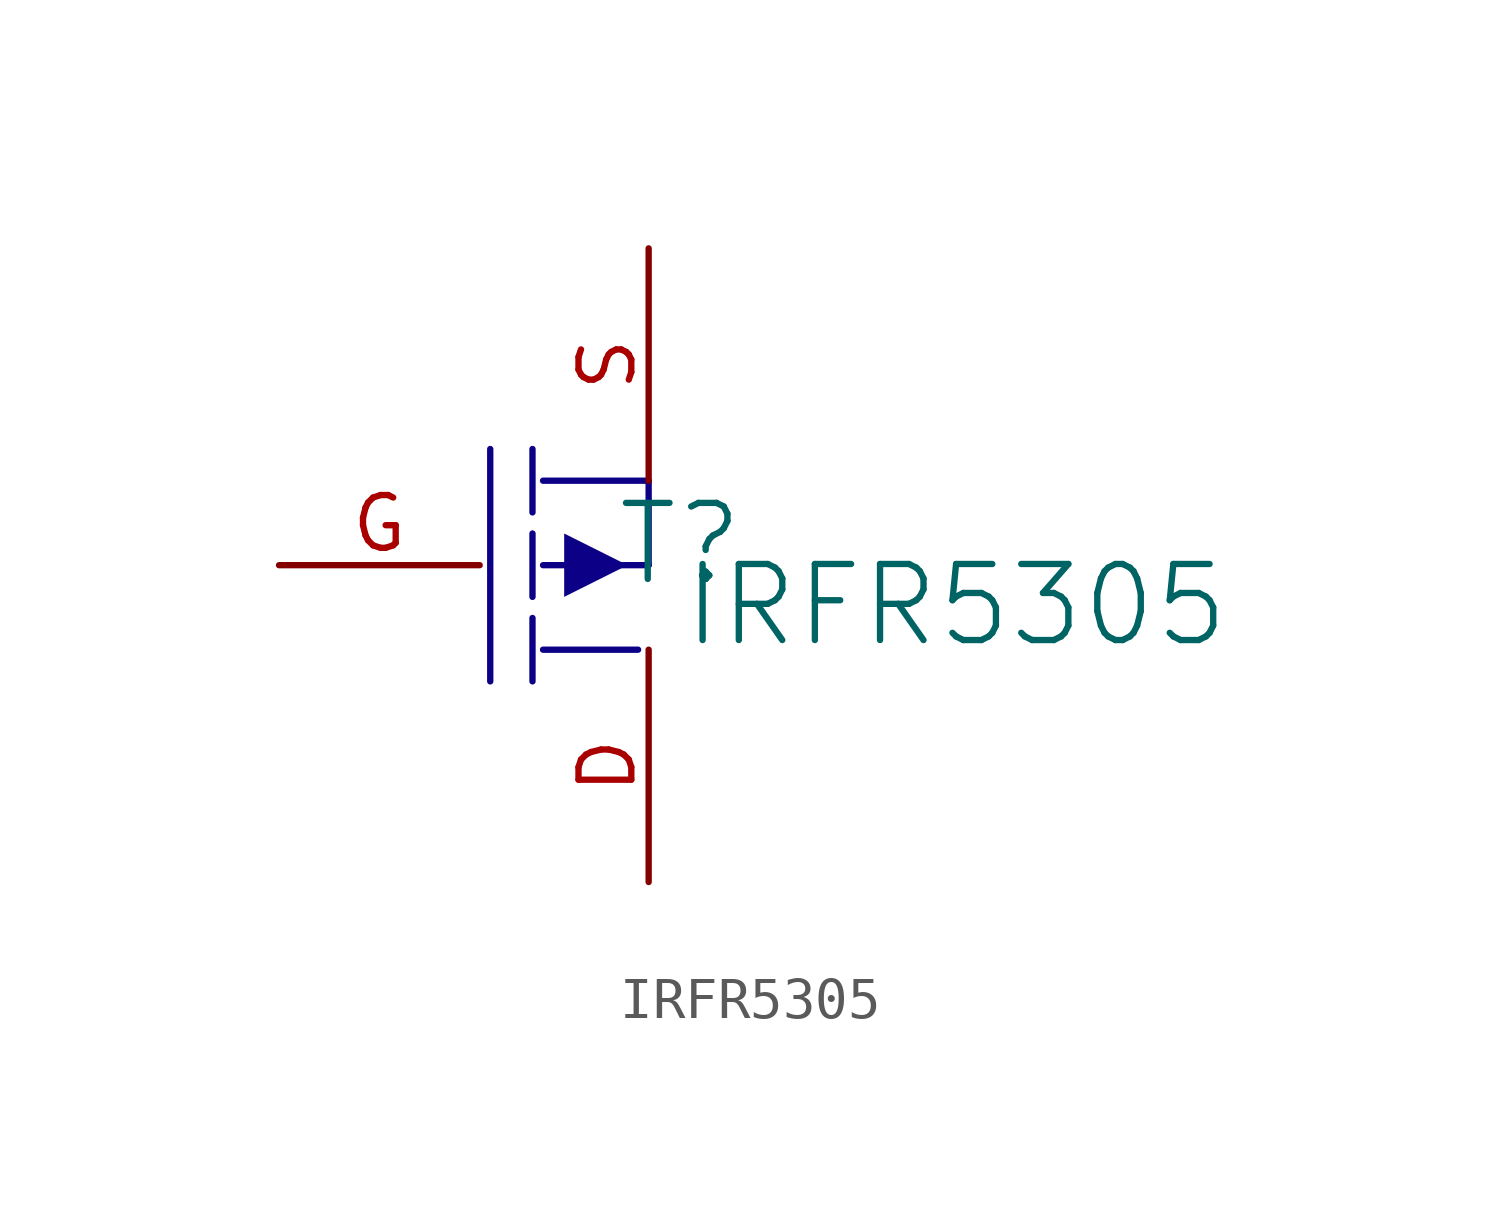
<source format=kicad_sym>
(kicad_symbol_lib
  (version 20241209)
  (generator "kicad_symbol_editor")
  (generator_version "9.0")
  (symbol "IRFR5305"
    (pin_names
      (hide yes))
    (property "Reference" "T"
      (at 5.842 0.508 0)
      (effects (font (size 1.829 1.829))))
    (property "Value" "IRFR5305"
      (at 5.842 -2.032 0)
      (effects (font (size 1.829 1.829)) (justify left bottom)))
    (symbol "IRFR5305_1_0"
      (polyline (pts (xy 1.27 2.794) (xy 1.27 -2.794)) (stroke (width 0) (type solid) (color 12 0 135 1)) (fill (type none)))
      (polyline (pts (xy 2.286 2.794) (xy 2.286 1.27)) (stroke (width 0) (type solid) (color 12 0 135 1)) (fill (type none)))
      (polyline (pts (xy 2.286 0.762) (xy 2.286 -0.762)) (stroke (width 0) (type solid) (color 12 0 135 1)) (fill (type none)))
      (polyline (pts (xy 2.286 -1.27) (xy 2.286 -2.794)) (stroke (width 0) (type solid) (color 12 0 135 1)) (fill (type none)))
      (polyline (pts (xy 2.54 0) (xy 5.08 0)) (stroke (width 0) (type solid) (color 12 0 135 1)) (fill (type none)))
      (polyline (pts (xy 2.54 -2.032) (xy 4.826 -2.032)) (stroke (width 0) (type solid) (color 12 0 135 1)) (fill (type none)))
      (polyline (pts (xy 3.048 0.762) (xy 3.048 -0.762) (xy 4.572 0) (xy 3.048 0.762)) (stroke (width -0.0001) (type solid) (color 12 0 135 1)) (fill (type outline)))
      (polyline (pts (xy 5.08 2.032) (xy 2.54 2.032)) (stroke (width 0) (type solid) (color 12 0 135 1)) (fill (type none)))
      (polyline (pts (xy 5.08 0) (xy 5.08 2.032)) (stroke (width 0) (type solid) (color 12 0 135 1)) (fill (type none)))
      (pin passive line (at -3.81 0 0) (length 4.826) (name "G" (effects (font (size 1.27 1.27)))) (number "G" (effects (font (size 1.27 1.27)))))
      (pin passive line (at 5.08 7.62 270) (length 5.588) (name "S" (effects (font (size 1.27 1.27)))) (number "S" (effects (font (size 1.27 1.27)))))
      (pin passive line (at 5.08 -7.62 90) (length 5.588) (name "D" (effects (font (size 1.27 1.27)))) (number "D" (effects (font (size 1.27 1.27))))))))
</source>
